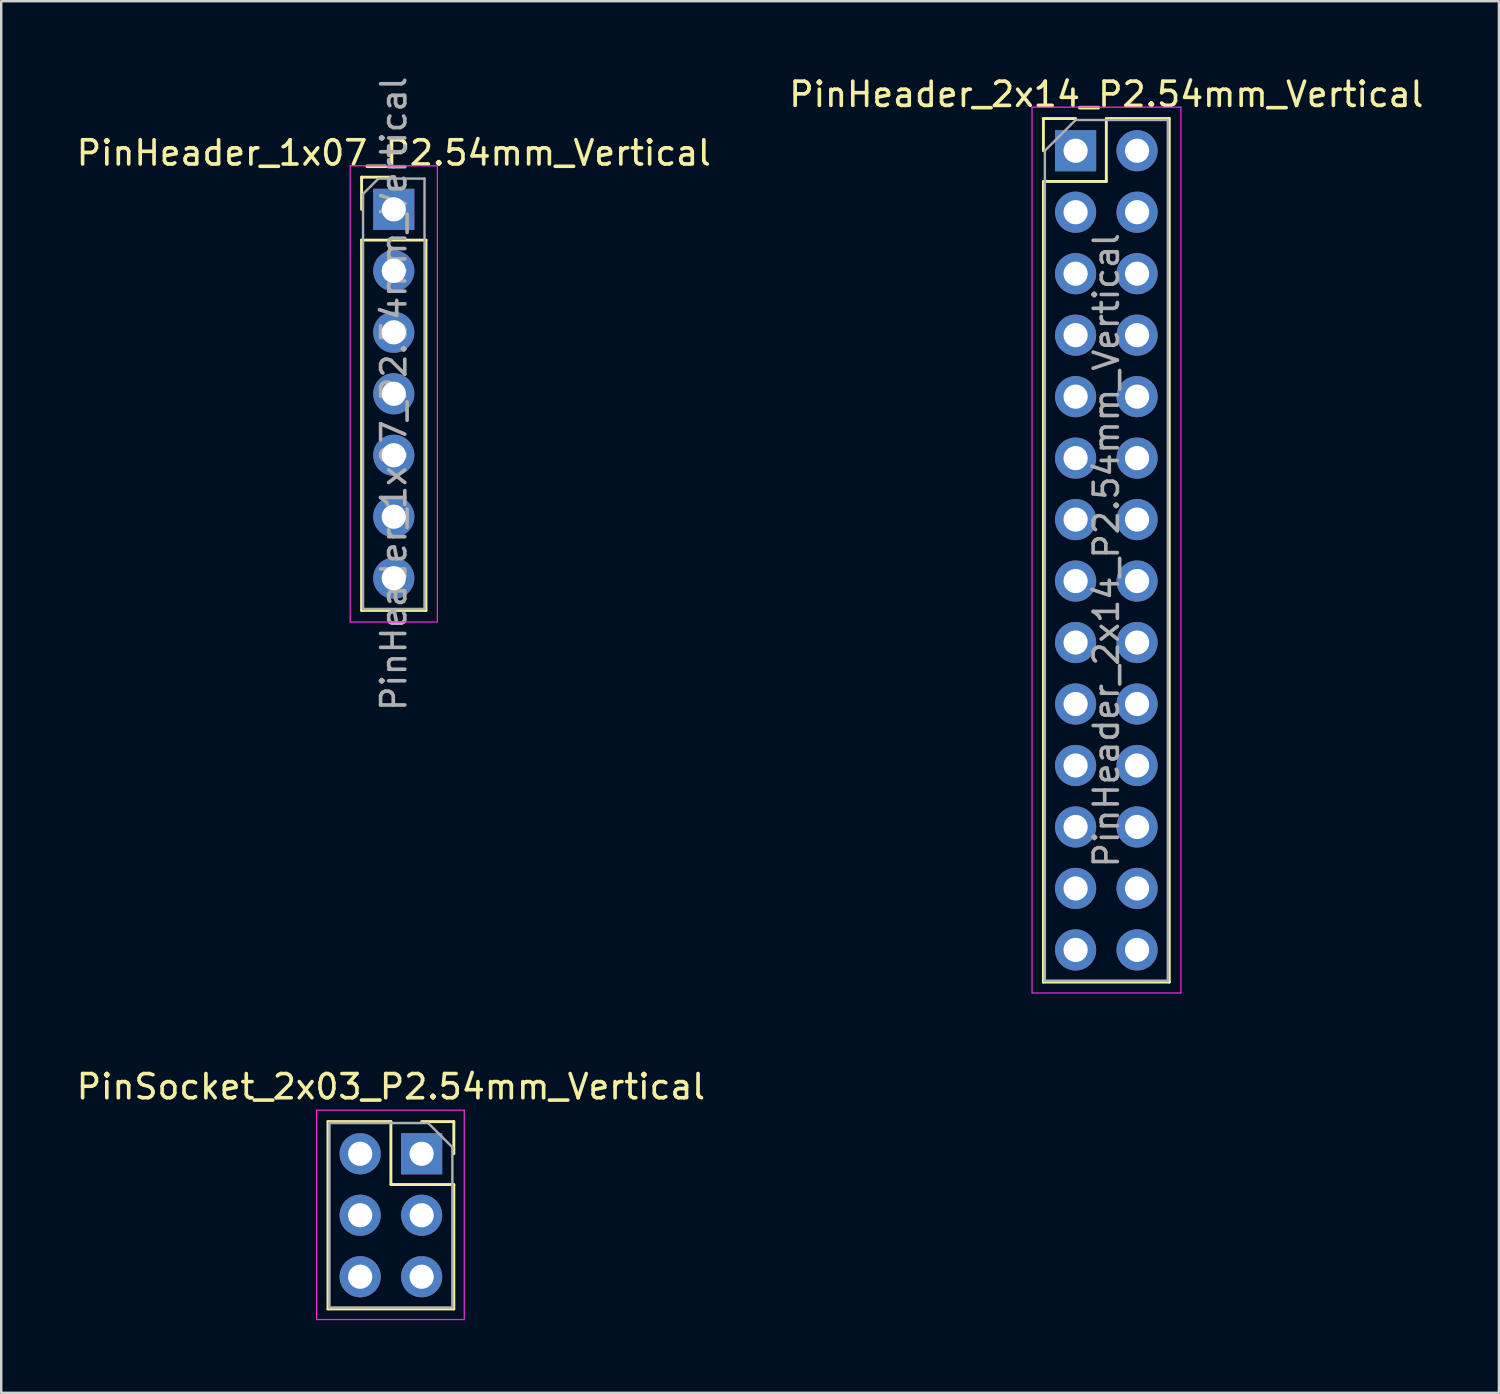
<source format=kicad_pcb>
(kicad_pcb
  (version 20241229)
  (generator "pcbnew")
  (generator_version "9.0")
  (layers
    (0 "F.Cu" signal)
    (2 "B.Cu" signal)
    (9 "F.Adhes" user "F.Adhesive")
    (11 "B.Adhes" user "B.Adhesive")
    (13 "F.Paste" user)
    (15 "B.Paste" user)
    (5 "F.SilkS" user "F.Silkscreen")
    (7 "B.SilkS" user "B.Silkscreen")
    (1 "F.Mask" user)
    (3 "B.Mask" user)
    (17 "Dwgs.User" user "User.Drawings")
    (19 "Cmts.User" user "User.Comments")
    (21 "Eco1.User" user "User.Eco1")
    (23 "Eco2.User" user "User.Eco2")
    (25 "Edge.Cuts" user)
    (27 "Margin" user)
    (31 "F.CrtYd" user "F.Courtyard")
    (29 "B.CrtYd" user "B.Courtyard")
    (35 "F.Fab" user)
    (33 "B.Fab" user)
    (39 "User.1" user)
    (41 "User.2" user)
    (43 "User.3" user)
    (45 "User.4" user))
  (footprint "PinSocket_2x03_P2.54mm_Vertical"
    (layer "F.Cu")
    (at 14.371 44.621)
    (property "Reference" "PinSocket_2x03_P2.54mm_Vertical" (at -1.27 -2.77 0) (layer "F.SilkS") (effects (font (size 1 1) (thickness 0.15))))
    (attr through_hole)
    (fp_line (start -3.87 -1.33) (end -3.87 6.41) (stroke (width 0.12) (type solid)) (layer "F.SilkS"))
    (fp_line (start -3.87 -1.33) (end -1.27 -1.33) (stroke (width 0.12) (type solid)) (layer "F.SilkS"))
    (fp_line (start -3.87 6.41) (end 1.33 6.41) (stroke (width 0.12) (type solid)) (layer "F.SilkS"))
    (fp_line (start -1.27 -1.33) (end -1.27 1.27) (stroke (width 0.12) (type solid)) (layer "F.SilkS"))
    (fp_line (start -1.27 1.27) (end 1.33 1.27) (stroke (width 0.12) (type solid)) (layer "F.SilkS"))
    (fp_line (start 0 -1.33) (end 1.33 -1.33) (stroke (width 0.12) (type solid)) (layer "F.SilkS"))
    (fp_line (start 1.33 -1.33) (end 1.33 0) (stroke (width 0.12) (type solid)) (layer "F.SilkS"))
    (fp_line (start 1.33 1.27) (end 1.33 6.41) (stroke (width 0.12) (type solid)) (layer "F.SilkS"))
    (fp_line (start -4.34 -1.8) (end 1.76 -1.8) (stroke (width 0.05) (type solid)) (layer "F.CrtYd"))
    (fp_line (start -4.34 6.85) (end -4.34 -1.8) (stroke (width 0.05) (type solid)) (layer "F.CrtYd"))
    (fp_line (start 1.76 -1.8) (end 1.76 6.85) (stroke (width 0.05) (type solid)) (layer "F.CrtYd"))
    (fp_line (start 1.76 6.85) (end -4.34 6.85) (stroke (width 0.05) (type solid)) (layer "F.CrtYd"))
    (fp_line (start -3.81 -1.27) (end 0.27 -1.27) (stroke (width 0.1) (type solid)) (layer "F.Fab"))
    (fp_line (start -3.81 6.35) (end -3.81 -1.27) (stroke (width 0.1) (type solid)) (layer "F.Fab"))
    (fp_line (start 0.27 -1.27) (end 1.27 -0.27) (stroke (width 0.1) (type solid)) (layer "F.Fab"))
    (fp_line (start 1.27 -0.27) (end 1.27 6.35) (stroke (width 0.1) (type solid)) (layer "F.Fab"))
    (fp_line (start 1.27 6.35) (end -3.81 6.35) (stroke (width 0.1) (type solid)) (layer "F.Fab"))
    (pad "1" thru_hole rect (at 0 0) (size 1.7 1.7) (drill 1) (layers "*.Cu" "*.Mask"))
    (pad "2" thru_hole oval (at -2.54 0) (size 1.7 1.7) (drill 1) (layers "*.Cu" "*.Mask"))
    (pad "3" thru_hole oval (at 0 2.54) (size 1.7 1.7) (drill 1) (layers "*.Cu" "*.Mask"))
    (pad "4" thru_hole oval (at -2.54 2.54) (size 1.7 1.7) (drill 1) (layers "*.Cu" "*.Mask"))
    (pad "5" thru_hole oval (at 0 5.08) (size 1.7 1.7) (drill 1) (layers "*.Cu" "*.Mask"))
    (pad "6" thru_hole oval (at -2.54 5.08) (size 1.7 1.7) (drill 1) (layers "*.Cu" "*.Mask")))
  (footprint "PinHeader_1x07_P2.54mm_Vertical"
    (layer "F.Cu")
    (at 13.22 5.6)
    (property "Reference" "PinHeader_1x07_P2.54mm_Vertical" (at 0 -2.33 0) (layer "F.SilkS") (effects (font (size 1 1) (thickness 0.15))))
    (attr through_hole)
    (fp_line (start -1.33 -1.33) (end 0 -1.33) (stroke (width 0.12) (type solid)) (layer "F.SilkS"))
    (fp_line (start -1.33 0) (end -1.33 -1.33) (stroke (width 0.12) (type solid)) (layer "F.SilkS"))
    (fp_line (start -1.33 1.27) (end -1.33 16.57) (stroke (width 0.12) (type solid)) (layer "F.SilkS"))
    (fp_line (start -1.33 1.27) (end 1.33 1.27) (stroke (width 0.12) (type solid)) (layer "F.SilkS"))
    (fp_line (start -1.33 16.57) (end 1.33 16.57) (stroke (width 0.12) (type solid)) (layer "F.SilkS"))
    (fp_line (start 1.33 1.27) (end 1.33 16.57) (stroke (width 0.12) (type solid)) (layer "F.SilkS"))
    (fp_line (start -1.8 -1.8) (end -1.8 17.05) (stroke (width 0.05) (type solid)) (layer "F.CrtYd"))
    (fp_line (start -1.8 17.05) (end 1.8 17.05) (stroke (width 0.05) (type solid)) (layer "F.CrtYd"))
    (fp_line (start 1.8 -1.8) (end -1.8 -1.8) (stroke (width 0.05) (type solid)) (layer "F.CrtYd"))
    (fp_line (start 1.8 17.05) (end 1.8 -1.8) (stroke (width 0.05) (type solid)) (layer "F.CrtYd"))
    (fp_line (start -1.27 -0.635) (end -0.635 -1.27) (stroke (width 0.1) (type solid)) (layer "F.Fab"))
    (fp_line (start -1.27 16.51) (end -1.27 -0.635) (stroke (width 0.1) (type solid)) (layer "F.Fab"))
    (fp_line (start -0.635 -1.27) (end 1.27 -1.27) (stroke (width 0.1) (type solid)) (layer "F.Fab"))
    (fp_line (start 1.27 -1.27) (end 1.27 16.51) (stroke (width 0.1) (type solid)) (layer "F.Fab"))
    (fp_line (start 1.27 16.51) (end -1.27 16.51) (stroke (width 0.1) (type solid)) (layer "F.Fab"))
    (fp_text user "${REFERENCE}" (at 0 7.62 90) (layer "F.Fab") (effects (font (size 1 1) (thickness 0.15))))
    (pad "1" thru_hole rect (at 0 0) (size 1.7 1.7) (drill 1) (layers "*.Cu" "*.Mask"))
    (pad "2" thru_hole oval (at 0 2.54) (size 1.7 1.7) (drill 1) (layers "*.Cu" "*.Mask"))
    (pad "3" thru_hole oval (at 0 5.08) (size 1.7 1.7) (drill 1) (layers "*.Cu" "*.Mask"))
    (pad "4" thru_hole oval (at 0 7.62) (size 1.7 1.7) (drill 1) (layers "*.Cu" "*.Mask"))
    (pad "5" thru_hole oval (at 0 10.16) (size 1.7 1.7) (drill 1) (layers "*.Cu" "*.Mask"))
    (pad "6" thru_hole oval (at 0 12.7) (size 1.7 1.7) (drill 1) (layers "*.Cu" "*.Mask"))
    (pad "7" thru_hole oval (at 0 15.24) (size 1.7 1.7) (drill 1) (layers "*.Cu" "*.Mask")))
  (footprint "PinHeader_2x14_P2.54mm_Vertical"
    (layer "F.Cu")
    (at 41.391 3.178)
    (property "Reference" "PinHeader_2x14_P2.54mm_Vertical" (at 1.27 -2.33 0) (layer "F.SilkS") (effects (font (size 1 1) (thickness 0.15))))
    (attr through_hole)
    (fp_line (start -1.33 -1.33) (end 0 -1.33) (stroke (width 0.12) (type solid)) (layer "F.SilkS"))
    (fp_line (start -1.33 0) (end -1.33 -1.33) (stroke (width 0.12) (type solid)) (layer "F.SilkS"))
    (fp_line (start -1.33 1.27) (end -1.33 34.35) (stroke (width 0.12) (type solid)) (layer "F.SilkS"))
    (fp_line (start -1.33 1.27) (end 1.27 1.27) (stroke (width 0.12) (type solid)) (layer "F.SilkS"))
    (fp_line (start -1.33 34.35) (end 3.87 34.35) (stroke (width 0.12) (type solid)) (layer "F.SilkS"))
    (fp_line (start 1.27 -1.33) (end 3.87 -1.33) (stroke (width 0.12) (type solid)) (layer "F.SilkS"))
    (fp_line (start 1.27 1.27) (end 1.27 -1.33) (stroke (width 0.12) (type solid)) (layer "F.SilkS"))
    (fp_line (start 3.87 -1.33) (end 3.87 34.35) (stroke (width 0.12) (type solid)) (layer "F.SilkS"))
    (fp_line (start -1.8 -1.8) (end -1.8 34.8) (stroke (width 0.05) (type solid)) (layer "F.CrtYd"))
    (fp_line (start -1.8 34.8) (end 4.35 34.8) (stroke (width 0.05) (type solid)) (layer "F.CrtYd"))
    (fp_line (start 4.35 -1.8) (end -1.8 -1.8) (stroke (width 0.05) (type solid)) (layer "F.CrtYd"))
    (fp_line (start 4.35 34.8) (end 4.35 -1.8) (stroke (width 0.05) (type solid)) (layer "F.CrtYd"))
    (fp_line (start -1.27 0) (end 0 -1.27) (stroke (width 0.1) (type solid)) (layer "F.Fab"))
    (fp_line (start -1.27 34.29) (end -1.27 0) (stroke (width 0.1) (type solid)) (layer "F.Fab"))
    (fp_line (start 0 -1.27) (end 3.81 -1.27) (stroke (width 0.1) (type solid)) (layer "F.Fab"))
    (fp_line (start 3.81 -1.27) (end 3.81 34.29) (stroke (width 0.1) (type solid)) (layer "F.Fab"))
    (fp_line (start 3.81 34.29) (end -1.27 34.29) (stroke (width 0.1) (type solid)) (layer "F.Fab"))
    (fp_text user "${REFERENCE}" (at 1.27 16.51 90) (layer "F.Fab") (effects (font (size 1 1) (thickness 0.15))))
    (pad "1" thru_hole rect (at 0 0) (size 1.7 1.7) (drill 1) (layers "*.Cu" "*.Mask"))
    (pad "2" thru_hole oval (at 2.54 0) (size 1.7 1.7) (drill 1) (layers "*.Cu" "*.Mask"))
    (pad "3" thru_hole oval (at 0 2.54) (size 1.7 1.7) (drill 1) (layers "*.Cu" "*.Mask"))
    (pad "4" thru_hole oval (at 2.54 2.54) (size 1.7 1.7) (drill 1) (layers "*.Cu" "*.Mask"))
    (pad "5" thru_hole oval (at 0 5.08) (size 1.7 1.7) (drill 1) (layers "*.Cu" "*.Mask"))
    (pad "6" thru_hole oval (at 2.54 5.08) (size 1.7 1.7) (drill 1) (layers "*.Cu" "*.Mask"))
    (pad "7" thru_hole oval (at 0 7.62) (size 1.7 1.7) (drill 1) (layers "*.Cu" "*.Mask"))
    (pad "8" thru_hole oval (at 2.54 7.62) (size 1.7 1.7) (drill 1) (layers "*.Cu" "*.Mask"))
    (pad "9" thru_hole oval (at 0 10.16) (size 1.7 1.7) (drill 1) (layers "*.Cu" "*.Mask"))
    (pad "10" thru_hole oval (at 2.54 10.16) (size 1.7 1.7) (drill 1) (layers "*.Cu" "*.Mask"))
    (pad "11" thru_hole oval (at 0 12.7) (size 1.7 1.7) (drill 1) (layers "*.Cu" "*.Mask"))
    (pad "12" thru_hole oval (at 2.54 12.7) (size 1.7 1.7) (drill 1) (layers "*.Cu" "*.Mask"))
    (pad "13" thru_hole oval (at 0 15.24) (size 1.7 1.7) (drill 1) (layers "*.Cu" "*.Mask"))
    (pad "14" thru_hole oval (at 2.54 15.24) (size 1.7 1.7) (drill 1) (layers "*.Cu" "*.Mask"))
    (pad "15" thru_hole oval (at 0 17.78) (size 1.7 1.7) (drill 1) (layers "*.Cu" "*.Mask"))
    (pad "16" thru_hole oval (at 2.54 17.78) (size 1.7 1.7) (drill 1) (layers "*.Cu" "*.Mask"))
    (pad "17" thru_hole oval (at 0 20.32) (size 1.7 1.7) (drill 1) (layers "*.Cu" "*.Mask"))
    (pad "18" thru_hole oval (at 2.54 20.32) (size 1.7 1.7) (drill 1) (layers "*.Cu" "*.Mask"))
    (pad "19" thru_hole oval (at 0 22.86) (size 1.7 1.7) (drill 1) (layers "*.Cu" "*.Mask"))
    (pad "20" thru_hole oval (at 2.54 22.86) (size 1.7 1.7) (drill 1) (layers "*.Cu" "*.Mask"))
    (pad "21" thru_hole oval (at 0 25.4) (size 1.7 1.7) (drill 1) (layers "*.Cu" "*.Mask"))
    (pad "22" thru_hole oval (at 2.54 25.4) (size 1.7 1.7) (drill 1) (layers "*.Cu" "*.Mask"))
    (pad "23" thru_hole oval (at 0 27.94) (size 1.7 1.7) (drill 1) (layers "*.Cu" "*.Mask"))
    (pad "24" thru_hole oval (at 2.54 27.94) (size 1.7 1.7) (drill 1) (layers "*.Cu" "*.Mask"))
    (pad "25" thru_hole oval (at 0 30.48) (size 1.7 1.7) (drill 1) (layers "*.Cu" "*.Mask"))
    (pad "26" thru_hole oval (at 2.54 30.48) (size 1.7 1.7) (drill 1) (layers "*.Cu" "*.Mask"))
    (pad "27" thru_hole oval (at 0 33.02) (size 1.7 1.7) (drill 1) (layers "*.Cu" "*.Mask"))
    (pad "28" thru_hole oval (at 2.54 33.02) (size 1.7 1.7) (drill 1) (layers "*.Cu" "*.Mask")))
  (gr_rect
    (start -3 -3)
    (end 58.881 54.496)
    (stroke (width 0.1) (type default))
    (fill no)
    (layer "Edge.Cuts")))
</source>
